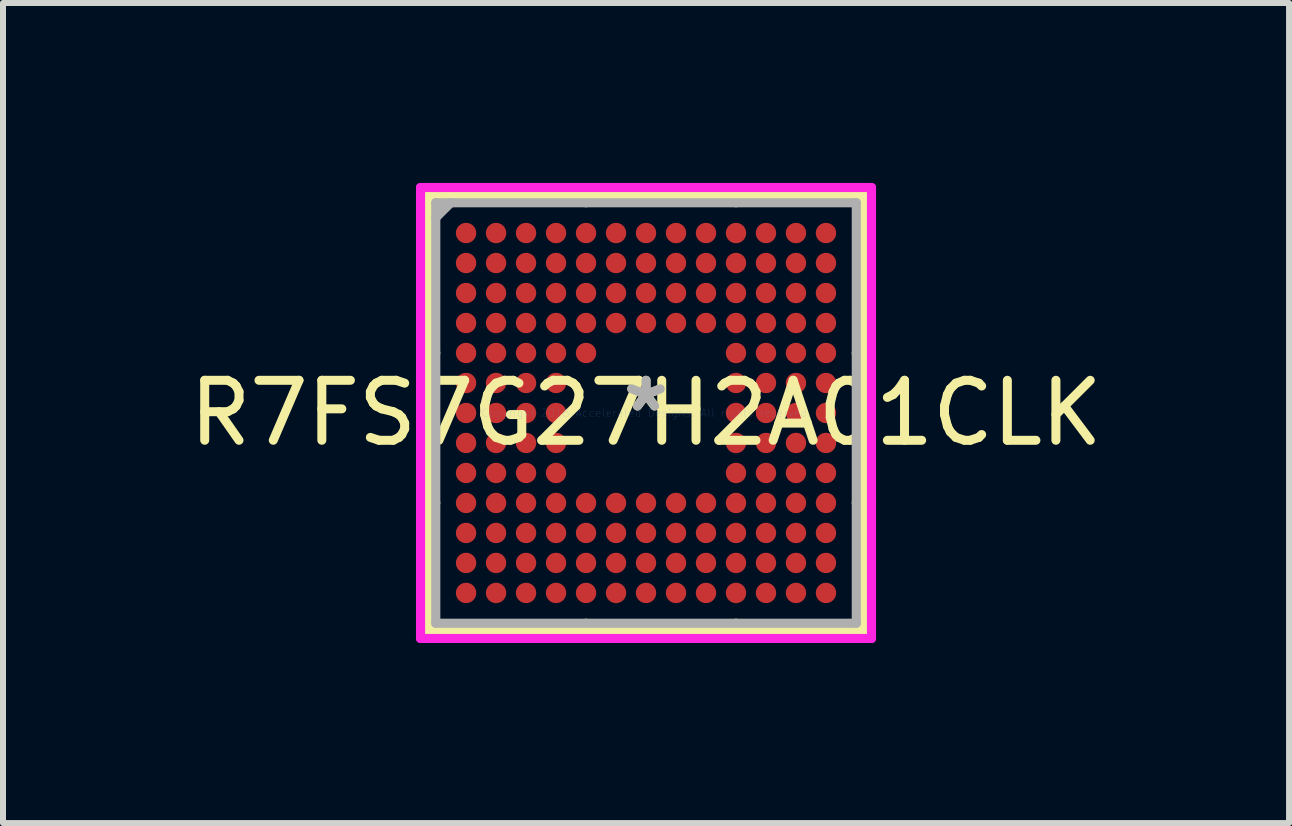
<source format=kicad_pcb>
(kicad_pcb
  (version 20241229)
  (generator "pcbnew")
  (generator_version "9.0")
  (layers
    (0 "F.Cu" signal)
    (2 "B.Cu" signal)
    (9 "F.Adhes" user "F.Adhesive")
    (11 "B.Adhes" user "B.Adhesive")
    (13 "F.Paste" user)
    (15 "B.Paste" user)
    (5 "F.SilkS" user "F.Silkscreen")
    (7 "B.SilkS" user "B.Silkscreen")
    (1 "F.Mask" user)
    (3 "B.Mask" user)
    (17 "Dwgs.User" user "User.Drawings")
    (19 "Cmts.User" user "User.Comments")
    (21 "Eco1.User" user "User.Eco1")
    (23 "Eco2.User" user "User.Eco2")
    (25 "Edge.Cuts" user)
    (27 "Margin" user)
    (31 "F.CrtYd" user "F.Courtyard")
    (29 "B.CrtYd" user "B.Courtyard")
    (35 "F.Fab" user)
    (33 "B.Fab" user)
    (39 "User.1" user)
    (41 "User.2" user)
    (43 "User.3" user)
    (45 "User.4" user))
  (footprint "R7FS7G27H2A01CLK"
    (layer "F.Cu")
    (at 7.72 3.835)
    (property "Reference" "R7FS7G27H2A01CLK" (at 0 0 0) (layer "F.SilkS") (effects (font (size 1 1) (thickness 0.15))))
    (attr through_hole)
    (fp_line (start -3.632 -3.632) (end -3.632 3.632) (stroke (width 0.152) (type solid)) (layer "F.SilkS"))
    (fp_line (start -3.632 3.632) (end 3.632 3.632) (stroke (width 0.152) (type solid)) (layer "F.SilkS"))
    (fp_line (start -3.505 -1) (end -3.759 -1) (stroke (width 0.152) (type solid)) (layer "F.SilkS"))
    (fp_line (start -3.505 1.5) (end -3.759 1.5) (stroke (width 0.152) (type solid)) (layer "F.SilkS"))
    (fp_line (start -1 -3.505) (end -1 -3.759) (stroke (width 0.152) (type solid)) (layer "F.SilkS"))
    (fp_line (start -1 3.505) (end -1 3.759) (stroke (width 0.152) (type solid)) (layer "F.SilkS"))
    (fp_line (start 1.5 -3.505) (end 1.5 -3.759) (stroke (width 0.152) (type solid)) (layer "F.SilkS"))
    (fp_line (start 1.5 3.505) (end 1.5 3.759) (stroke (width 0.152) (type solid)) (layer "F.SilkS"))
    (fp_line (start 3.505 -1) (end 3.759 -1) (stroke (width 0.152) (type solid)) (layer "F.SilkS"))
    (fp_line (start 3.505 1.5) (end 3.759 1.5) (stroke (width 0.152) (type solid)) (layer "F.SilkS"))
    (fp_line (start 3.632 -3.632) (end -3.632 -3.632) (stroke (width 0.152) (type solid)) (layer "F.SilkS"))
    (fp_line (start 3.632 3.632) (end 3.632 -3.632) (stroke (width 0.152) (type solid)) (layer "F.SilkS"))
    (fp_line (start -3.759 -3.759) (end 3.759 -3.759) (stroke (width 0.152) (type solid)) (layer "F.CrtYd"))
    (fp_line (start -3.759 3.759) (end -3.759 -3.759) (stroke (width 0.152) (type solid)) (layer "F.CrtYd"))
    (fp_line (start 3.759 -3.759) (end 3.759 3.759) (stroke (width 0.152) (type solid)) (layer "F.CrtYd"))
    (fp_line (start 3.759 3.759) (end -3.759 3.759) (stroke (width 0.152) (type solid)) (layer "F.CrtYd"))
    (fp_line (start -3.505 -3.505) (end -3.505 3.505) (stroke (width 0.152) (type solid)) (layer "F.Fab"))
    (fp_line (start -3.505 3.505) (end 3.505 3.505) (stroke (width 0.152) (type solid)) (layer "F.Fab"))
    (fp_line (start -3.255 -3.505) (end -3.505 -3.255) (stroke (width 0.152) (type solid)) (layer "F.Fab"))
    (fp_line (start 3.505 -3.505) (end -3.505 -3.505) (stroke (width 0.152) (type solid)) (layer "F.Fab"))
    (fp_line (start 3.505 3.505) (end 3.505 -3.505) (stroke (width 0.152) (type solid)) (layer "F.Fab"))
    (fp_text user "*" (at 0 0 0) (layer "F.SilkS") (effects (font (size 1 1) (thickness 0.15))))
    (fp_text user "Copyright 2016 Accelerated Designs. All rights reserved." (at 0 0 0) (layer "Cmts.User") (effects (font (size 0.127 0.127) (thickness 0.002))))
    (fp_text user "*" (at 0 0 0) (layer "F.Fab") (effects (font (size 1 1) (thickness 0.15))))
    (pad "A1" smd circle (at -3 -3) (size 0.34 0.34) (layers "F.Cu" "F.Mask" "F.Paste"))
    (pad "A2" smd circle (at -3 -2.5) (size 0.34 0.34) (layers "F.Cu" "F.Mask" "F.Paste"))
    (pad "A3" smd circle (at -3 -2) (size 0.34 0.34) (layers "F.Cu" "F.Mask" "F.Paste"))
    (pad "A4" smd circle (at -3 -1.5) (size 0.34 0.34) (layers "F.Cu" "F.Mask" "F.Paste"))
    (pad "A5" smd circle (at -3 -1) (size 0.34 0.34) (layers "F.Cu" "F.Mask" "F.Paste"))
    (pad "A6" smd circle (at -3 -0.5) (size 0.34 0.34) (layers "F.Cu" "F.Mask" "F.Paste"))
    (pad "A7" smd circle (at -3 0) (size 0.34 0.34) (layers "F.Cu" "F.Mask" "F.Paste"))
    (pad "A8" smd circle (at -3 0.5) (size 0.34 0.34) (layers "F.Cu" "F.Mask" "F.Paste"))
    (pad "A9" smd circle (at -3 1) (size 0.34 0.34) (layers "F.Cu" "F.Mask" "F.Paste"))
    (pad "A10" smd circle (at -3 1.5) (size 0.34 0.34) (layers "F.Cu" "F.Mask" "F.Paste"))
    (pad "A11" smd circle (at -3 2) (size 0.34 0.34) (layers "F.Cu" "F.Mask" "F.Paste"))
    (pad "A12" smd circle (at -3 2.5) (size 0.34 0.34) (layers "F.Cu" "F.Mask" "F.Paste"))
    (pad "A13" smd circle (at -3 3) (size 0.34 0.34) (layers "F.Cu" "F.Mask" "F.Paste"))
    (pad "B1" smd circle (at -2.5 -3) (size 0.34 0.34) (layers "F.Cu" "F.Mask" "F.Paste"))
    (pad "B2" smd circle (at -2.5 -2.5) (size 0.34 0.34) (layers "F.Cu" "F.Mask" "F.Paste"))
    (pad "B3" smd circle (at -2.5 -2) (size 0.34 0.34) (layers "F.Cu" "F.Mask" "F.Paste"))
    (pad "B4" smd circle (at -2.5 -1.5) (size 0.34 0.34) (layers "F.Cu" "F.Mask" "F.Paste"))
    (pad "B5" smd circle (at -2.5 -1) (size 0.34 0.34) (layers "F.Cu" "F.Mask" "F.Paste"))
    (pad "B6" smd circle (at -2.5 -0.5) (size 0.34 0.34) (layers "F.Cu" "F.Mask" "F.Paste"))
    (pad "B7" smd circle (at -2.5 0) (size 0.34 0.34) (layers "F.Cu" "F.Mask" "F.Paste"))
    (pad "B8" smd circle (at -2.5 0.5) (size 0.34 0.34) (layers "F.Cu" "F.Mask" "F.Paste"))
    (pad "B9" smd circle (at -2.5 1) (size 0.34 0.34) (layers "F.Cu" "F.Mask" "F.Paste"))
    (pad "B10" smd circle (at -2.5 1.5) (size 0.34 0.34) (layers "F.Cu" "F.Mask" "F.Paste"))
    (pad "B11" smd circle (at -2.5 2) (size 0.34 0.34) (layers "F.Cu" "F.Mask" "F.Paste"))
    (pad "B12" smd circle (at -2.5 2.5) (size 0.34 0.34) (layers "F.Cu" "F.Mask" "F.Paste"))
    (pad "B13" smd circle (at -2.5 3) (size 0.34 0.34) (layers "F.Cu" "F.Mask" "F.Paste"))
    (pad "C1" smd circle (at -2 -3) (size 0.34 0.34) (layers "F.Cu" "F.Mask" "F.Paste"))
    (pad "C2" smd circle (at -2 -2.5) (size 0.34 0.34) (layers "F.Cu" "F.Mask" "F.Paste"))
    (pad "C3" smd circle (at -2 -2) (size 0.34 0.34) (layers "F.Cu" "F.Mask" "F.Paste"))
    (pad "C4" smd circle (at -2 -1.5) (size 0.34 0.34) (layers "F.Cu" "F.Mask" "F.Paste"))
    (pad "C5" smd circle (at -2 -1) (size 0.34 0.34) (layers "F.Cu" "F.Mask" "F.Paste"))
    (pad "C6" smd circle (at -2 -0.5) (size 0.34 0.34) (layers "F.Cu" "F.Mask" "F.Paste"))
    (pad "C7" smd circle (at -2 0) (size 0.34 0.34) (layers "F.Cu" "F.Mask" "F.Paste"))
    (pad "C8" smd circle (at -2 0.5) (size 0.34 0.34) (layers "F.Cu" "F.Mask" "F.Paste"))
    (pad "C9" smd circle (at -2 1) (size 0.34 0.34) (layers "F.Cu" "F.Mask" "F.Paste"))
    (pad "C10" smd circle (at -2 1.5) (size 0.34 0.34) (layers "F.Cu" "F.Mask" "F.Paste"))
    (pad "C11" smd circle (at -2 2) (size 0.34 0.34) (layers "F.Cu" "F.Mask" "F.Paste"))
    (pad "C12" smd circle (at -2 2.5) (size 0.34 0.34) (layers "F.Cu" "F.Mask" "F.Paste"))
    (pad "C13" smd circle (at -2 3) (size 0.34 0.34) (layers "F.Cu" "F.Mask" "F.Paste"))
    (pad "D1" smd circle (at -1.5 -3) (size 0.34 0.34) (layers "F.Cu" "F.Mask" "F.Paste"))
    (pad "D2" smd circle (at -1.5 -2.5) (size 0.34 0.34) (layers "F.Cu" "F.Mask" "F.Paste"))
    (pad "D3" smd circle (at -1.5 -2) (size 0.34 0.34) (layers "F.Cu" "F.Mask" "F.Paste"))
    (pad "D4" smd circle (at -1.5 -1.5) (size 0.34 0.34) (layers "F.Cu" "F.Mask" "F.Paste"))
    (pad "D5" smd circle (at -1.5 -1) (size 0.34 0.34) (layers "F.Cu" "F.Mask" "F.Paste"))
    (pad "D6" smd circle (at -1.5 -0.5) (size 0.34 0.34) (layers "F.Cu" "F.Mask" "F.Paste"))
    (pad "D7" smd circle (at -1.5 0) (size 0.34 0.34) (layers "F.Cu" "F.Mask" "F.Paste"))
    (pad "D8" smd circle (at -1.5 0.5) (size 0.34 0.34) (layers "F.Cu" "F.Mask" "F.Paste"))
    (pad "D9" smd circle (at -1.5 1) (size 0.34 0.34) (layers "F.Cu" "F.Mask" "F.Paste"))
    (pad "D10" smd circle (at -1.5 1.5) (size 0.34 0.34) (layers "F.Cu" "F.Mask" "F.Paste"))
    (pad "D11" smd circle (at -1.5 2) (size 0.34 0.34) (layers "F.Cu" "F.Mask" "F.Paste"))
    (pad "D12" smd circle (at -1.5 2.5) (size 0.34 0.34) (layers "F.Cu" "F.Mask" "F.Paste"))
    (pad "D13" smd circle (at -1.5 3) (size 0.34 0.34) (layers "F.Cu" "F.Mask" "F.Paste"))
    (pad "E1" smd circle (at -1 -3) (size 0.34 0.34) (layers "F.Cu" "F.Mask" "F.Paste"))
    (pad "E2" smd circle (at -1 -2.5) (size 0.34 0.34) (layers "F.Cu" "F.Mask" "F.Paste"))
    (pad "E3" smd circle (at -1 -2) (size 0.34 0.34) (layers "F.Cu" "F.Mask" "F.Paste"))
    (pad "E4" smd circle (at -1 -1.5) (size 0.34 0.34) (layers "F.Cu" "F.Mask" "F.Paste"))
    (pad "E5" smd circle (at -1 -1) (size 0.34 0.34) (layers "F.Cu" "F.Mask" "F.Paste"))
    (pad "E10" smd circle (at -1 1.5) (size 0.34 0.34) (layers "F.Cu" "F.Mask" "F.Paste"))
    (pad "E11" smd circle (at -1 2) (size 0.34 0.34) (layers "F.Cu" "F.Mask" "F.Paste"))
    (pad "E12" smd circle (at -1 2.5) (size 0.34 0.34) (layers "F.Cu" "F.Mask" "F.Paste"))
    (pad "E13" smd circle (at -1 3) (size 0.34 0.34) (layers "F.Cu" "F.Mask" "F.Paste"))
    (pad "F1" smd circle (at -0.5 -3) (size 0.34 0.34) (layers "F.Cu" "F.Mask" "F.Paste"))
    (pad "F2" smd circle (at -0.5 -2.5) (size 0.34 0.34) (layers "F.Cu" "F.Mask" "F.Paste"))
    (pad "F3" smd circle (at -0.5 -2) (size 0.34 0.34) (layers "F.Cu" "F.Mask" "F.Paste"))
    (pad "F4" smd circle (at -0.5 -1.5) (size 0.34 0.34) (layers "F.Cu" "F.Mask" "F.Paste"))
    (pad "F10" smd circle (at -0.5 1.5) (size 0.34 0.34) (layers "F.Cu" "F.Mask" "F.Paste"))
    (pad "F11" smd circle (at -0.5 2) (size 0.34 0.34) (layers "F.Cu" "F.Mask" "F.Paste"))
    (pad "F12" smd circle (at -0.5 2.5) (size 0.34 0.34) (layers "F.Cu" "F.Mask" "F.Paste"))
    (pad "F13" smd circle (at -0.5 3) (size 0.34 0.34) (layers "F.Cu" "F.Mask" "F.Paste"))
    (pad "G1" smd circle (at 0 -3) (size 0.34 0.34) (layers "F.Cu" "F.Mask" "F.Paste"))
    (pad "G2" smd circle (at 0 -2.5) (size 0.34 0.34) (layers "F.Cu" "F.Mask" "F.Paste"))
    (pad "G3" smd circle (at 0 -2) (size 0.34 0.34) (layers "F.Cu" "F.Mask" "F.Paste"))
    (pad "G4" smd circle (at 0 -1.5) (size 0.34 0.34) (layers "F.Cu" "F.Mask" "F.Paste"))
    (pad "G10" smd circle (at 0 1.5) (size 0.34 0.34) (layers "F.Cu" "F.Mask" "F.Paste"))
    (pad "G11" smd circle (at 0 2) (size 0.34 0.34) (layers "F.Cu" "F.Mask" "F.Paste"))
    (pad "G12" smd circle (at 0 2.5) (size 0.34 0.34) (layers "F.Cu" "F.Mask" "F.Paste"))
    (pad "G13" smd circle (at 0 3) (size 0.34 0.34) (layers "F.Cu" "F.Mask" "F.Paste"))
    (pad "H1" smd circle (at 0.5 -3) (size 0.34 0.34) (layers "F.Cu" "F.Mask" "F.Paste"))
    (pad "H2" smd circle (at 0.5 -2.5) (size 0.34 0.34) (layers "F.Cu" "F.Mask" "F.Paste"))
    (pad "H3" smd circle (at 0.5 -2) (size 0.34 0.34) (layers "F.Cu" "F.Mask" "F.Paste"))
    (pad "H4" smd circle (at 0.5 -1.5) (size 0.34 0.34) (layers "F.Cu" "F.Mask" "F.Paste"))
    (pad "H10" smd circle (at 0.5 1.5) (size 0.34 0.34) (layers "F.Cu" "F.Mask" "F.Paste"))
    (pad "H11" smd circle (at 0.5 2) (size 0.34 0.34) (layers "F.Cu" "F.Mask" "F.Paste"))
    (pad "H12" smd circle (at 0.5 2.5) (size 0.34 0.34) (layers "F.Cu" "F.Mask" "F.Paste"))
    (pad "H13" smd circle (at 0.5 3) (size 0.34 0.34) (layers "F.Cu" "F.Mask" "F.Paste"))
    (pad "J1" smd circle (at 1 -3) (size 0.34 0.34) (layers "F.Cu" "F.Mask" "F.Paste"))
    (pad "J2" smd circle (at 1 -2.5) (size 0.34 0.34) (layers "F.Cu" "F.Mask" "F.Paste"))
    (pad "J3" smd circle (at 1 -2) (size 0.34 0.34) (layers "F.Cu" "F.Mask" "F.Paste"))
    (pad "J4" smd circle (at 1 -1.5) (size 0.34 0.34) (layers "F.Cu" "F.Mask" "F.Paste"))
    (pad "J10" smd circle (at 1 1.5) (size 0.34 0.34) (layers "F.Cu" "F.Mask" "F.Paste"))
    (pad "J11" smd circle (at 1 2) (size 0.34 0.34) (layers "F.Cu" "F.Mask" "F.Paste"))
    (pad "J12" smd circle (at 1 2.5) (size 0.34 0.34) (layers "F.Cu" "F.Mask" "F.Paste"))
    (pad "J13" smd circle (at 1 3) (size 0.34 0.34) (layers "F.Cu" "F.Mask" "F.Paste"))
    (pad "K1" smd circle (at 1.5 -3) (size 0.34 0.34) (layers "F.Cu" "F.Mask" "F.Paste"))
    (pad "K2" smd circle (at 1.5 -2.5) (size 0.34 0.34) (layers "F.Cu" "F.Mask" "F.Paste"))
    (pad "K3" smd circle (at 1.5 -2) (size 0.34 0.34) (layers "F.Cu" "F.Mask" "F.Paste"))
    (pad "K4" smd circle (at 1.5 -1.5) (size 0.34 0.34) (layers "F.Cu" "F.Mask" "F.Paste"))
    (pad "K5" smd circle (at 1.5 -1) (size 0.34 0.34) (layers "F.Cu" "F.Mask" "F.Paste"))
    (pad "K6" smd circle (at 1.5 -0.5) (size 0.34 0.34) (layers "F.Cu" "F.Mask" "F.Paste"))
    (pad "K7" smd circle (at 1.5 0) (size 0.34 0.34) (layers "F.Cu" "F.Mask" "F.Paste"))
    (pad "K8" smd circle (at 1.5 0.5) (size 0.34 0.34) (layers "F.Cu" "F.Mask" "F.Paste"))
    (pad "K9" smd circle (at 1.5 1) (size 0.34 0.34) (layers "F.Cu" "F.Mask" "F.Paste"))
    (pad "K10" smd circle (at 1.5 1.5) (size 0.34 0.34) (layers "F.Cu" "F.Mask" "F.Paste"))
    (pad "K11" smd circle (at 1.5 2) (size 0.34 0.34) (layers "F.Cu" "F.Mask" "F.Paste"))
    (pad "K12" smd circle (at 1.5 2.5) (size 0.34 0.34) (layers "F.Cu" "F.Mask" "F.Paste"))
    (pad "K13" smd circle (at 1.5 3) (size 0.34 0.34) (layers "F.Cu" "F.Mask" "F.Paste"))
    (pad "L1" smd circle (at 2 -3) (size 0.34 0.34) (layers "F.Cu" "F.Mask" "F.Paste"))
    (pad "L2" smd circle (at 2 -2.5) (size 0.34 0.34) (layers "F.Cu" "F.Mask" "F.Paste"))
    (pad "L3" smd circle (at 2 -2) (size 0.34 0.34) (layers "F.Cu" "F.Mask" "F.Paste"))
    (pad "L4" smd circle (at 2 -1.5) (size 0.34 0.34) (layers "F.Cu" "F.Mask" "F.Paste"))
    (pad "L5" smd circle (at 2 -1) (size 0.34 0.34) (layers "F.Cu" "F.Mask" "F.Paste"))
    (pad "L6" smd circle (at 2 -0.5) (size 0.34 0.34) (layers "F.Cu" "F.Mask" "F.Paste"))
    (pad "L7" smd circle (at 2 0) (size 0.34 0.34) (layers "F.Cu" "F.Mask" "F.Paste"))
    (pad "L8" smd circle (at 2 0.5) (size 0.34 0.34) (layers "F.Cu" "F.Mask" "F.Paste"))
    (pad "L9" smd circle (at 2 1) (size 0.34 0.34) (layers "F.Cu" "F.Mask" "F.Paste"))
    (pad "L10" smd circle (at 2 1.5) (size 0.34 0.34) (layers "F.Cu" "F.Mask" "F.Paste"))
    (pad "L11" smd circle (at 2 2) (size 0.34 0.34) (layers "F.Cu" "F.Mask" "F.Paste"))
    (pad "L12" smd circle (at 2 2.5) (size 0.34 0.34) (layers "F.Cu" "F.Mask" "F.Paste"))
    (pad "L13" smd circle (at 2 3) (size 0.34 0.34) (layers "F.Cu" "F.Mask" "F.Paste"))
    (pad "M1" smd circle (at 2.5 -3) (size 0.34 0.34) (layers "F.Cu" "F.Mask" "F.Paste"))
    (pad "M2" smd circle (at 2.5 -2.5) (size 0.34 0.34) (layers "F.Cu" "F.Mask" "F.Paste"))
    (pad "M3" smd circle (at 2.5 -2) (size 0.34 0.34) (layers "F.Cu" "F.Mask" "F.Paste"))
    (pad "M4" smd circle (at 2.5 -1.5) (size 0.34 0.34) (layers "F.Cu" "F.Mask" "F.Paste"))
    (pad "M5" smd circle (at 2.5 -1) (size 0.34 0.34) (layers "F.Cu" "F.Mask" "F.Paste"))
    (pad "M6" smd circle (at 2.5 -0.5) (size 0.34 0.34) (layers "F.Cu" "F.Mask" "F.Paste"))
    (pad "M7" smd circle (at 2.5 0) (size 0.34 0.34) (layers "F.Cu" "F.Mask" "F.Paste"))
    (pad "M8" smd circle (at 2.5 0.5) (size 0.34 0.34) (layers "F.Cu" "F.Mask" "F.Paste"))
    (pad "M9" smd circle (at 2.5 1) (size 0.34 0.34) (layers "F.Cu" "F.Mask" "F.Paste"))
    (pad "M10" smd circle (at 2.5 1.5) (size 0.34 0.34) (layers "F.Cu" "F.Mask" "F.Paste"))
    (pad "M11" smd circle (at 2.5 2) (size 0.34 0.34) (layers "F.Cu" "F.Mask" "F.Paste"))
    (pad "M12" smd circle (at 2.5 2.5) (size 0.34 0.34) (layers "F.Cu" "F.Mask" "F.Paste"))
    (pad "M13" smd circle (at 2.5 3) (size 0.34 0.34) (layers "F.Cu" "F.Mask" "F.Paste"))
    (pad "N1" smd circle (at 3 -3) (size 0.34 0.34) (layers "F.Cu" "F.Mask" "F.Paste"))
    (pad "N2" smd circle (at 3 -2.5) (size 0.34 0.34) (layers "F.Cu" "F.Mask" "F.Paste"))
    (pad "N3" smd circle (at 3 -2) (size 0.34 0.34) (layers "F.Cu" "F.Mask" "F.Paste"))
    (pad "N4" smd circle (at 3 -1.5) (size 0.34 0.34) (layers "F.Cu" "F.Mask" "F.Paste"))
    (pad "N5" smd circle (at 3 -1) (size 0.34 0.34) (layers "F.Cu" "F.Mask" "F.Paste"))
    (pad "N6" smd circle (at 3 -0.5) (size 0.34 0.34) (layers "F.Cu" "F.Mask" "F.Paste"))
    (pad "N7" smd circle (at 3 0) (size 0.34 0.34) (layers "F.Cu" "F.Mask" "F.Paste"))
    (pad "N8" smd circle (at 3 0.5) (size 0.34 0.34) (layers "F.Cu" "F.Mask" "F.Paste"))
    (pad "N9" smd circle (at 3 1) (size 0.34 0.34) (layers "F.Cu" "F.Mask" "F.Paste"))
    (pad "N10" smd circle (at 3 1.5) (size 0.34 0.34) (layers "F.Cu" "F.Mask" "F.Paste"))
    (pad "N11" smd circle (at 3 2) (size 0.34 0.34) (layers "F.Cu" "F.Mask" "F.Paste"))
    (pad "N12" smd circle (at 3 2.5) (size 0.34 0.34) (layers "F.Cu" "F.Mask" "F.Paste"))
    (pad "N13" smd circle (at 3 3) (size 0.34 0.34) (layers "F.Cu" "F.Mask" "F.Paste")))
  (gr_rect
    (start -3 -3)
    (end 18.44 10.671)
    (stroke (width 0.1) (type default))
    (fill no)
    (layer "Edge.Cuts")))
</source>
